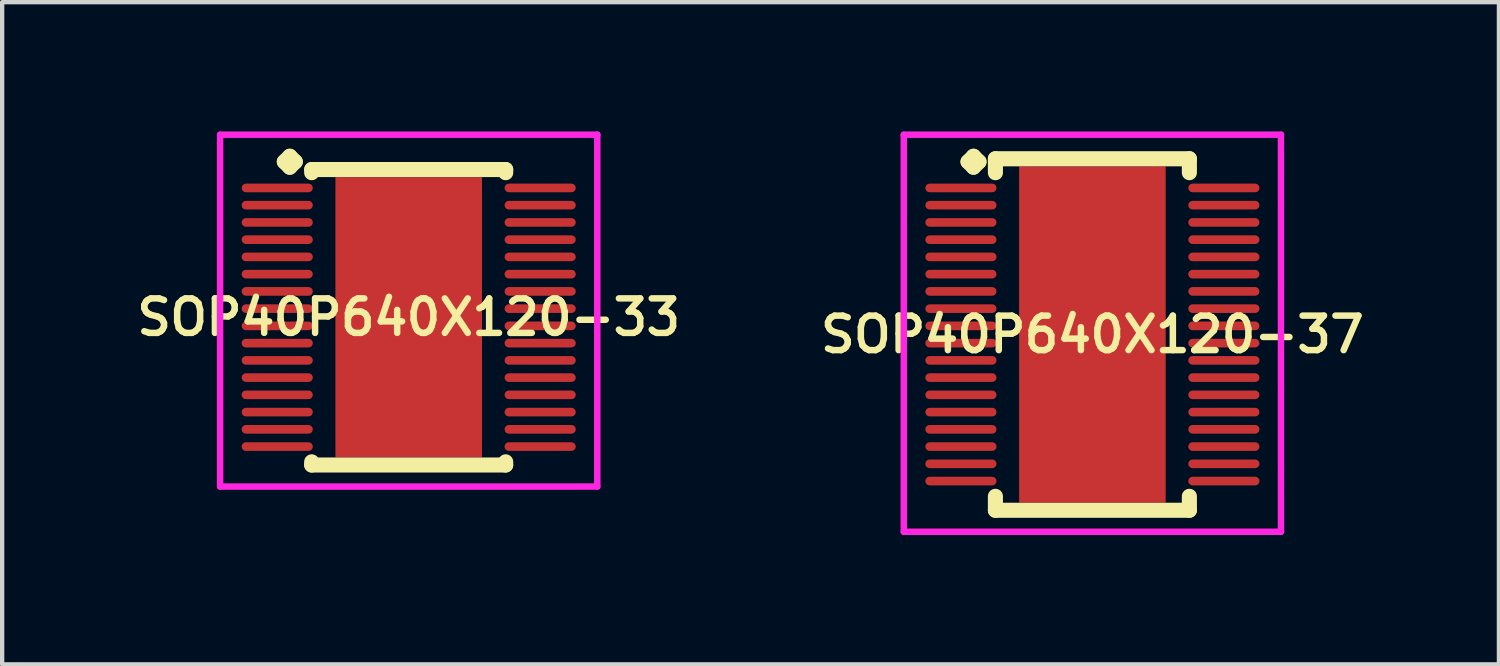
<source format=kicad_pcb>
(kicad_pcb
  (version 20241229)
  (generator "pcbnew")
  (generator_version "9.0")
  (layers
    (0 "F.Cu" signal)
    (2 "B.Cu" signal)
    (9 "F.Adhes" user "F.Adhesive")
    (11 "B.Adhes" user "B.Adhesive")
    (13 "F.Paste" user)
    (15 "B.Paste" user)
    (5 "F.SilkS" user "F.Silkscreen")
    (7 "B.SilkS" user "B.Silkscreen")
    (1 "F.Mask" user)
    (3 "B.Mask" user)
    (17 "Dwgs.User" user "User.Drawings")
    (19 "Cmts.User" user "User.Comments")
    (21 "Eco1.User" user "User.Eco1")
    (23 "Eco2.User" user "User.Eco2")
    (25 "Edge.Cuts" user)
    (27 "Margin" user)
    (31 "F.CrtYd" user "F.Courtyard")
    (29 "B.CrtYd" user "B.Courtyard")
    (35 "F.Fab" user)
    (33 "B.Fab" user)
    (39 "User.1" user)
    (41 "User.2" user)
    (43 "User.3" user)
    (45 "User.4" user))
  (footprint "SOP40P640X120-33"
    (layer "F.Cu")
    (at 6.431 4.31)
    (property "Reference" "SOP40P640X120-33" (at 0 0 0) (layer "F.SilkS") (effects (font (size 0.8 0.8) (thickness 0.15))))
    (attr smd)
    (fp_line (start -2.885 -3.608) (end -2.758 -3.735) (stroke (width 0.35) (type solid)) (layer "F.SilkS"))
    (fp_line (start -2.758 -3.735) (end -2.631 -3.608) (stroke (width 0.35) (type solid)) (layer "F.SilkS"))
    (fp_line (start -2.758 -3.481) (end -2.885 -3.608) (stroke (width 0.35) (type solid)) (layer "F.SilkS"))
    (fp_line (start -2.631 -3.608) (end -2.758 -3.481) (stroke (width 0.35) (type solid)) (layer "F.SilkS"))
    (fp_line (start -2.25 -3.427) (end 2.25 -3.427) (stroke (width 0.35) (type solid)) (layer "F.SilkS"))
    (fp_line (start -2.25 -3.354) (end -2.25 -3.427) (stroke (width 0.35) (type solid)) (layer "F.SilkS"))
    (fp_line (start -2.25 3.354) (end -2.25 3.427) (stroke (width 0.35) (type solid)) (layer "F.SilkS"))
    (fp_line (start -2.25 3.427) (end 2.25 3.427) (stroke (width 0.35) (type solid)) (layer "F.SilkS"))
    (fp_line (start 2.25 -3.427) (end 2.25 -3.354) (stroke (width 0.35) (type solid)) (layer "F.SilkS"))
    (fp_line (start 2.25 3.427) (end 2.25 3.354) (stroke (width 0.35) (type solid)) (layer "F.SilkS"))
    (fp_line (start -4.375 -4.235) (end 4.375 -4.235) (stroke (width 0.15) (type solid)) (layer "F.CrtYd"))
    (fp_line (start -4.375 3.927) (end -4.375 -4.235) (stroke (width 0.15) (type solid)) (layer "F.CrtYd"))
    (fp_line (start 4.375 -4.235) (end 4.375 3.927) (stroke (width 0.15) (type solid)) (layer "F.CrtYd"))
    (fp_line (start 4.375 3.927) (end -4.375 3.927) (stroke (width 0.15) (type solid)) (layer "F.CrtYd"))
    (pad "1" smd oval (at -3.05 -3) (size 1.65 0.2) (layers "F.Cu" "F.Mask" "F.Paste"))
    (pad "2" smd oval (at -3.05 -2.6) (size 1.65 0.2) (layers "F.Cu" "F.Mask" "F.Paste"))
    (pad "3" smd oval (at -3.05 -2.2) (size 1.65 0.2) (layers "F.Cu" "F.Mask" "F.Paste"))
    (pad "4" smd oval (at -3.05 -1.8) (size 1.65 0.2) (layers "F.Cu" "F.Mask" "F.Paste"))
    (pad "5" smd oval (at -3.05 -1.4) (size 1.65 0.2) (layers "F.Cu" "F.Mask" "F.Paste"))
    (pad "6" smd oval (at -3.05 -1) (size 1.65 0.2) (layers "F.Cu" "F.Mask" "F.Paste"))
    (pad "7" smd oval (at -3.05 -0.6) (size 1.65 0.2) (layers "F.Cu" "F.Mask" "F.Paste"))
    (pad "8" smd oval (at -3.05 -0.2) (size 1.65 0.2) (layers "F.Cu" "F.Mask" "F.Paste"))
    (pad "9" smd oval (at -3.05 0.2) (size 1.65 0.2) (layers "F.Cu" "F.Mask" "F.Paste"))
    (pad "10" smd oval (at -3.05 0.6) (size 1.65 0.2) (layers "F.Cu" "F.Mask" "F.Paste"))
    (pad "11" smd oval (at -3.05 1) (size 1.65 0.2) (layers "F.Cu" "F.Mask" "F.Paste"))
    (pad "12" smd oval (at -3.05 1.4) (size 1.65 0.2) (layers "F.Cu" "F.Mask" "F.Paste"))
    (pad "13" smd oval (at -3.05 1.8) (size 1.65 0.2) (layers "F.Cu" "F.Mask" "F.Paste"))
    (pad "14" smd oval (at -3.05 2.2) (size 1.65 0.2) (layers "F.Cu" "F.Mask" "F.Paste"))
    (pad "15" smd oval (at -3.05 2.6) (size 1.65 0.2) (layers "F.Cu" "F.Mask" "F.Paste"))
    (pad "16" smd oval (at -3.05 3) (size 1.65 0.2) (layers "F.Cu" "F.Mask" "F.Paste"))
    (pad "17" smd oval (at 3.05 3) (size 1.65 0.2) (layers "F.Cu" "F.Mask" "F.Paste"))
    (pad "18" smd oval (at 3.05 2.6) (size 1.65 0.2) (layers "F.Cu" "F.Mask" "F.Paste"))
    (pad "19" smd oval (at 3.05 2.2) (size 1.65 0.2) (layers "F.Cu" "F.Mask" "F.Paste"))
    (pad "20" smd oval (at 3.05 1.8) (size 1.65 0.2) (layers "F.Cu" "F.Mask" "F.Paste"))
    (pad "21" smd oval (at 3.05 1.4) (size 1.65 0.2) (layers "F.Cu" "F.Mask" "F.Paste"))
    (pad "22" smd oval (at 3.05 1) (size 1.65 0.2) (layers "F.Cu" "F.Mask" "F.Paste"))
    (pad "23" smd oval (at 3.05 0.6) (size 1.65 0.2) (layers "F.Cu" "F.Mask" "F.Paste"))
    (pad "24" smd oval (at 3.05 0.2) (size 1.65 0.2) (layers "F.Cu" "F.Mask" "F.Paste"))
    (pad "25" smd oval (at 3.05 -0.2) (size 1.65 0.2) (layers "F.Cu" "F.Mask" "F.Paste"))
    (pad "26" smd oval (at 3.05 -0.6) (size 1.65 0.2) (layers "F.Cu" "F.Mask" "F.Paste"))
    (pad "27" smd oval (at 3.05 -1) (size 1.65 0.2) (layers "F.Cu" "F.Mask" "F.Paste"))
    (pad "28" smd oval (at 3.05 -1.4) (size 1.65 0.2) (layers "F.Cu" "F.Mask" "F.Paste"))
    (pad "29" smd oval (at 3.05 -1.8) (size 1.65 0.2) (layers "F.Cu" "F.Mask" "F.Paste"))
    (pad "30" smd oval (at 3.05 -2.2) (size 1.65 0.2) (layers "F.Cu" "F.Mask" "F.Paste"))
    (pad "31" smd oval (at 3.05 -2.6) (size 1.65 0.2) (layers "F.Cu" "F.Mask" "F.Paste"))
    (pad "32" smd oval (at 3.05 -3) (size 1.65 0.2) (layers "F.Cu" "F.Mask" "F.Paste"))
    (pad "33" smd rect (at 0 0) (size 3.4 6.5) (layers "F.Cu" "F.Mask" "F.Paste")))
  (footprint "SOP40P640X120-37"
    (layer "F.Cu")
    (at 22.292 4.71)
    (property "Reference" "SOP40P640X120-37" (at 0 0 0) (layer "F.SilkS") (effects (font (size 0.8 0.8) (thickness 0.15))))
    (attr smd)
    (fp_line (start -2.885 -4.008) (end -2.758 -4.135) (stroke (width 0.35) (type solid)) (layer "F.SilkS"))
    (fp_line (start -2.758 -4.135) (end -2.631 -4.008) (stroke (width 0.35) (type solid)) (layer "F.SilkS"))
    (fp_line (start -2.758 -3.881) (end -2.885 -4.008) (stroke (width 0.35) (type solid)) (layer "F.SilkS"))
    (fp_line (start -2.631 -4.008) (end -2.758 -3.881) (stroke (width 0.35) (type solid)) (layer "F.SilkS"))
    (fp_line (start -2.25 -4.077) (end 2.25 -4.077) (stroke (width 0.35) (type solid)) (layer "F.SilkS"))
    (fp_line (start -2.25 -3.754) (end -2.25 -4.077) (stroke (width 0.35) (type solid)) (layer "F.SilkS"))
    (fp_line (start -2.25 3.754) (end -2.25 4.077) (stroke (width 0.35) (type solid)) (layer "F.SilkS"))
    (fp_line (start -2.25 4.077) (end 2.25 4.077) (stroke (width 0.35) (type solid)) (layer "F.SilkS"))
    (fp_line (start 2.25 -4.077) (end 2.25 -3.754) (stroke (width 0.35) (type solid)) (layer "F.SilkS"))
    (fp_line (start 2.25 4.077) (end 2.25 3.754) (stroke (width 0.35) (type solid)) (layer "F.SilkS"))
    (fp_line (start -4.375 -4.635) (end 4.375 -4.635) (stroke (width 0.15) (type solid)) (layer "F.CrtYd"))
    (fp_line (start -4.375 4.577) (end -4.375 -4.635) (stroke (width 0.15) (type solid)) (layer "F.CrtYd"))
    (fp_line (start 4.375 -4.635) (end 4.375 4.577) (stroke (width 0.15) (type solid)) (layer "F.CrtYd"))
    (fp_line (start 4.375 4.577) (end -4.375 4.577) (stroke (width 0.15) (type solid)) (layer "F.CrtYd"))
    (pad "1" smd oval (at -3.05 -3.4) (size 1.65 0.2) (layers "F.Cu" "F.Mask" "F.Paste"))
    (pad "2" smd oval (at -3.05 -3) (size 1.65 0.2) (layers "F.Cu" "F.Mask" "F.Paste"))
    (pad "3" smd oval (at -3.05 -2.6) (size 1.65 0.2) (layers "F.Cu" "F.Mask" "F.Paste"))
    (pad "4" smd oval (at -3.05 -2.2) (size 1.65 0.2) (layers "F.Cu" "F.Mask" "F.Paste"))
    (pad "5" smd oval (at -3.05 -1.8) (size 1.65 0.2) (layers "F.Cu" "F.Mask" "F.Paste"))
    (pad "6" smd oval (at -3.05 -1.4) (size 1.65 0.2) (layers "F.Cu" "F.Mask" "F.Paste"))
    (pad "7" smd oval (at -3.05 -1) (size 1.65 0.2) (layers "F.Cu" "F.Mask" "F.Paste"))
    (pad "8" smd oval (at -3.05 -0.6) (size 1.65 0.2) (layers "F.Cu" "F.Mask" "F.Paste"))
    (pad "9" smd oval (at -3.05 -0.2) (size 1.65 0.2) (layers "F.Cu" "F.Mask" "F.Paste"))
    (pad "10" smd oval (at -3.05 0.2) (size 1.65 0.2) (layers "F.Cu" "F.Mask" "F.Paste"))
    (pad "11" smd oval (at -3.05 0.6) (size 1.65 0.2) (layers "F.Cu" "F.Mask" "F.Paste"))
    (pad "12" smd oval (at -3.05 1) (size 1.65 0.2) (layers "F.Cu" "F.Mask" "F.Paste"))
    (pad "13" smd oval (at -3.05 1.4) (size 1.65 0.2) (layers "F.Cu" "F.Mask" "F.Paste"))
    (pad "14" smd oval (at -3.05 1.8) (size 1.65 0.2) (layers "F.Cu" "F.Mask" "F.Paste"))
    (pad "15" smd oval (at -3.05 2.2) (size 1.65 0.2) (layers "F.Cu" "F.Mask" "F.Paste"))
    (pad "16" smd oval (at -3.05 2.6) (size 1.65 0.2) (layers "F.Cu" "F.Mask" "F.Paste"))
    (pad "17" smd oval (at -3.05 3) (size 1.65 0.2) (layers "F.Cu" "F.Mask" "F.Paste"))
    (pad "18" smd oval (at -3.05 3.4) (size 1.65 0.2) (layers "F.Cu" "F.Mask" "F.Paste"))
    (pad "19" smd oval (at 3.05 3.4) (size 1.65 0.2) (layers "F.Cu" "F.Mask" "F.Paste"))
    (pad "20" smd oval (at 3.05 3) (size 1.65 0.2) (layers "F.Cu" "F.Mask" "F.Paste"))
    (pad "21" smd oval (at 3.05 2.6) (size 1.65 0.2) (layers "F.Cu" "F.Mask" "F.Paste"))
    (pad "22" smd oval (at 3.05 2.2) (size 1.65 0.2) (layers "F.Cu" "F.Mask" "F.Paste"))
    (pad "23" smd oval (at 3.05 1.8) (size 1.65 0.2) (layers "F.Cu" "F.Mask" "F.Paste"))
    (pad "24" smd oval (at 3.05 1.4) (size 1.65 0.2) (layers "F.Cu" "F.Mask" "F.Paste"))
    (pad "25" smd oval (at 3.05 1) (size 1.65 0.2) (layers "F.Cu" "F.Mask" "F.Paste"))
    (pad "26" smd oval (at 3.05 0.6) (size 1.65 0.2) (layers "F.Cu" "F.Mask" "F.Paste"))
    (pad "27" smd oval (at 3.05 0.2) (size 1.65 0.2) (layers "F.Cu" "F.Mask" "F.Paste"))
    (pad "28" smd oval (at 3.05 -0.2) (size 1.65 0.2) (layers "F.Cu" "F.Mask" "F.Paste"))
    (pad "29" smd oval (at 3.05 -0.6) (size 1.65 0.2) (layers "F.Cu" "F.Mask" "F.Paste"))
    (pad "30" smd oval (at 3.05 -1) (size 1.65 0.2) (layers "F.Cu" "F.Mask" "F.Paste"))
    (pad "31" smd oval (at 3.05 -1.4) (size 1.65 0.2) (layers "F.Cu" "F.Mask" "F.Paste"))
    (pad "32" smd oval (at 3.05 -1.8) (size 1.65 0.2) (layers "F.Cu" "F.Mask" "F.Paste"))
    (pad "33" smd oval (at 3.05 -2.2) (size 1.65 0.2) (layers "F.Cu" "F.Mask" "F.Paste"))
    (pad "34" smd oval (at 3.05 -2.6) (size 1.65 0.2) (layers "F.Cu" "F.Mask" "F.Paste"))
    (pad "35" smd oval (at 3.05 -3) (size 1.65 0.2) (layers "F.Cu" "F.Mask" "F.Paste"))
    (pad "36" smd oval (at 3.05 -3.4) (size 1.65 0.2) (layers "F.Cu" "F.Mask" "F.Paste"))
    (pad "37" smd rect (at 0 0) (size 3.4 7.8) (layers "F.Cu" "F.Mask" "F.Paste")))
  (gr_rect
    (start -3 -3)
    (end 31.723 12.362)
    (stroke (width 0.1) (type default))
    (fill no)
    (layer "Edge.Cuts")))
</source>
